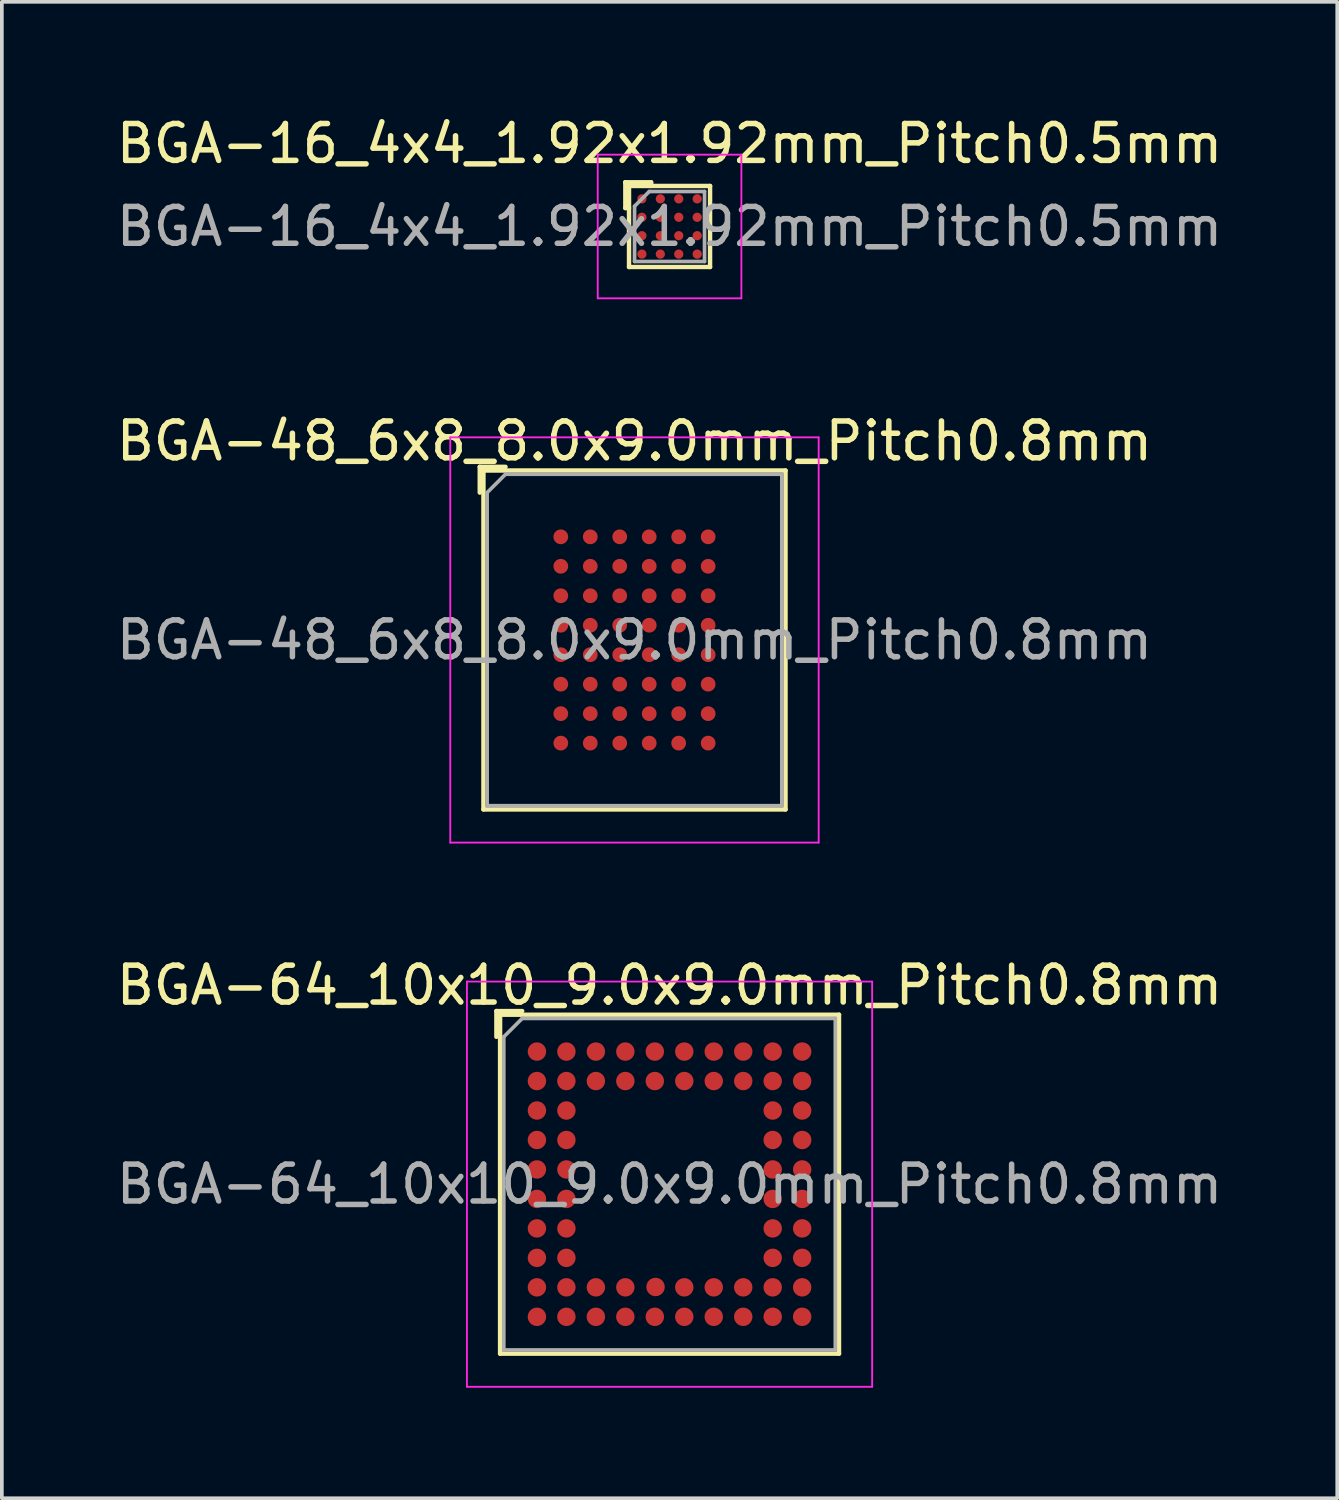
<source format=kicad_pcb>
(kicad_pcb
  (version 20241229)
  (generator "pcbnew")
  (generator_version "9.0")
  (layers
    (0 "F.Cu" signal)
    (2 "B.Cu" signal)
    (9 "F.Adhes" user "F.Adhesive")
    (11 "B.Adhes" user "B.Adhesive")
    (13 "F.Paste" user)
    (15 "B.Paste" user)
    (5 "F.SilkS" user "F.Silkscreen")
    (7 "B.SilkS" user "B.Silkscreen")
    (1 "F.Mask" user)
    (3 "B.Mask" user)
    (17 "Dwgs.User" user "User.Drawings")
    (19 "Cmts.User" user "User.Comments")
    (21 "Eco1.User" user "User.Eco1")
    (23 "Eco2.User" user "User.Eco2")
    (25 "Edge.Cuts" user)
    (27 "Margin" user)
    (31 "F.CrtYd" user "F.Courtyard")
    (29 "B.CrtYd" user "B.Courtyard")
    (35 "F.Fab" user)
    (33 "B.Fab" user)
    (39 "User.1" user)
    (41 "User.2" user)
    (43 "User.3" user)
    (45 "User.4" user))
  (footprint "BGA-16_4x4_1.92x1.92mm_Pitch0.5mm"
    (layer "F.Cu")
    (at 15.125 3.098)
    (property "Reference" "BGA-16_4x4_1.92x1.92mm_Pitch0.5mm" (at 0 -2.25 0) (layer "F.SilkS") (effects (font (size 1 1) (thickness 0.15))))
    (attr smd)
    (fp_line (start -1.2 -1.2) (end -1.2 -0.5) (stroke (width 0.12) (type solid)) (layer "F.SilkS"))
    (fp_line (start -1.2 -0.5) (end -1.1 -0.5) (stroke (width 0.12) (type solid)) (layer "F.SilkS"))
    (fp_line (start -1.1 -1.1) (end -1.2 -1.2) (stroke (width 0.12) (type solid)) (layer "F.SilkS"))
    (fp_line (start -1.1 -1.1) (end 1.1 -1.1) (stroke (width 0.12) (type solid)) (layer "F.SilkS"))
    (fp_line (start -1.1 1.1) (end -1.1 -1.1) (stroke (width 0.12) (type solid)) (layer "F.SilkS"))
    (fp_line (start -0.5 -1.2) (end -1.2 -1.2) (stroke (width 0.12) (type solid)) (layer "F.SilkS"))
    (fp_line (start -0.5 -1.1) (end -0.5 -1.2) (stroke (width 0.12) (type solid)) (layer "F.SilkS"))
    (fp_line (start 1.1 -1.1) (end 1.1 1.1) (stroke (width 0.12) (type solid)) (layer "F.SilkS"))
    (fp_line (start 1.1 1.1) (end -1.1 1.1) (stroke (width 0.12) (type solid)) (layer "F.SilkS"))
    (fp_line (start -1.95 -1.95) (end -1.95 1.95) (stroke (width 0.05) (type solid)) (layer "F.CrtYd"))
    (fp_line (start -1.95 -1.95) (end 1.95 -1.95) (stroke (width 0.05) (type solid)) (layer "F.CrtYd"))
    (fp_line (start 1.95 1.95) (end -1.95 1.95) (stroke (width 0.05) (type solid)) (layer "F.CrtYd"))
    (fp_line (start 1.95 1.95) (end 1.95 -1.95) (stroke (width 0.05) (type solid)) (layer "F.CrtYd"))
    (fp_line (start -0.95 -0.55) (end -0.55 -0.95) (stroke (width 0.1) (type solid)) (layer "F.Fab"))
    (fp_line (start -0.95 0.95) (end -0.95 -0.55) (stroke (width 0.1) (type solid)) (layer "F.Fab"))
    (fp_line (start -0.55 -0.95) (end 0.95 -0.95) (stroke (width 0.1) (type solid)) (layer "F.Fab"))
    (fp_line (start 0.95 -0.95) (end 0.95 0.95) (stroke (width 0.1) (type solid)) (layer "F.Fab"))
    (fp_line (start 0.95 0.95) (end -0.95 0.95) (stroke (width 0.1) (type solid)) (layer "F.Fab"))
    (fp_text user "${REFERENCE}" (at 0 0 0) (layer "F.Fab") (effects (font (size 1 1) (thickness 0.15))))
    (pad "A1" smd circle (at -0.75 -0.75) (size 0.25 0.25) (layers "F.Cu" "F.Mask" "F.Paste"))
    (pad "A2" smd circle (at -0.25 -0.75) (size 0.25 0.25) (layers "F.Cu" "F.Mask" "F.Paste"))
    (pad "A3" smd circle (at 0.25 -0.75) (size 0.25 0.25) (layers "F.Cu" "F.Mask" "F.Paste"))
    (pad "A4" smd circle (at 0.75 -0.75) (size 0.25 0.25) (layers "F.Cu" "F.Mask" "F.Paste"))
    (pad "B1" smd circle (at -0.75 -0.25) (size 0.25 0.25) (layers "F.Cu" "F.Mask" "F.Paste"))
    (pad "B2" smd circle (at -0.25 -0.25) (size 0.25 0.25) (layers "F.Cu" "F.Mask" "F.Paste"))
    (pad "B3" smd circle (at 0.25 -0.25) (size 0.25 0.25) (layers "F.Cu" "F.Mask" "F.Paste"))
    (pad "B4" smd circle (at 0.75 -0.25) (size 0.25 0.25) (layers "F.Cu" "F.Mask" "F.Paste"))
    (pad "C1" smd circle (at -0.75 0.25) (size 0.25 0.25) (layers "F.Cu" "F.Mask" "F.Paste"))
    (pad "C2" smd circle (at -0.25 0.25) (size 0.25 0.25) (layers "F.Cu" "F.Mask" "F.Paste"))
    (pad "C3" smd circle (at 0.25 0.25) (size 0.25 0.25) (layers "F.Cu" "F.Mask" "F.Paste"))
    (pad "C4" smd circle (at 0.75 0.25) (size 0.25 0.25) (layers "F.Cu" "F.Mask" "F.Paste"))
    (pad "D1" smd circle (at -0.75 0.75) (size 0.25 0.25) (layers "F.Cu" "F.Mask" "F.Paste"))
    (pad "D2" smd circle (at -0.25 0.75) (size 0.25 0.25) (layers "F.Cu" "F.Mask" "F.Paste"))
    (pad "D3" smd circle (at 0.25 0.75) (size 0.25 0.25) (layers "F.Cu" "F.Mask" "F.Paste"))
    (pad "D4" smd circle (at 0.75 0.75) (size 0.25 0.25) (layers "F.Cu" "F.Mask" "F.Paste")))
  (footprint "BGA-64_10x10_9.0x9.0mm_Pitch0.8mm"
    (layer "F.Cu")
    (at 15.125 29.095)
    (property "Reference" "BGA-64_10x10_9.0x9.0mm_Pitch0.8mm" (at 0 -5.4 0) (layer "F.SilkS") (effects (font (size 1 1) (thickness 0.15))))
    (attr smd)
    (fp_line (start -4.7 -4.7) (end -4 -4.7) (stroke (width 0.12) (type solid)) (layer "F.SilkS"))
    (fp_line (start -4.7 -4) (end -4.7 -4.7) (stroke (width 0.12) (type solid)) (layer "F.SilkS"))
    (fp_line (start -4.6 -4.6) (end -4.6 4.6) (stroke (width 0.12) (type solid)) (layer "F.SilkS"))
    (fp_line (start -4.6 4.6) (end 4.6 4.6) (stroke (width 0.12) (type solid)) (layer "F.SilkS"))
    (fp_line (start 4.6 -4.6) (end -4.6 -4.6) (stroke (width 0.12) (type solid)) (layer "F.SilkS"))
    (fp_line (start 4.6 4.6) (end 4.6 -4.6) (stroke (width 0.12) (type solid)) (layer "F.SilkS"))
    (fp_line (start -5.5 -5.5) (end -5.5 5.5) (stroke (width 0.05) (type solid)) (layer "F.CrtYd"))
    (fp_line (start -5.5 -5.5) (end 5.5 -5.5) (stroke (width 0.05) (type solid)) (layer "F.CrtYd"))
    (fp_line (start 5.5 5.5) (end -5.5 5.5) (stroke (width 0.05) (type solid)) (layer "F.CrtYd"))
    (fp_line (start 5.5 5.5) (end 5.5 -5.5) (stroke (width 0.05) (type solid)) (layer "F.CrtYd"))
    (fp_line (start -4.5 -4) (end -4.5 4.5) (stroke (width 0.1) (type solid)) (layer "F.Fab"))
    (fp_line (start -4.5 4.5) (end 4.5 4.5) (stroke (width 0.1) (type solid)) (layer "F.Fab"))
    (fp_line (start -4 -4.5) (end -4.5 -4) (stroke (width 0.1) (type solid)) (layer "F.Fab"))
    (fp_line (start 4.5 -4.5) (end -4 -4.5) (stroke (width 0.1) (type solid)) (layer "F.Fab"))
    (fp_line (start 4.5 4.5) (end 4.5 -4.5) (stroke (width 0.1) (type solid)) (layer "F.Fab"))
    (fp_text user "${REFERENCE}" (at 0 0 0) (layer "F.Fab") (effects (font (size 1 1) (thickness 0.15))))
    (pad "A1" smd circle (at -3.6 -3.6) (size 0.5 0.5) (layers "F.Cu" "F.Mask" "F.Paste"))
    (pad "A2" smd circle (at -2.8 -3.6) (size 0.5 0.5) (layers "F.Cu" "F.Mask" "F.Paste"))
    (pad "A3" smd circle (at -2 -3.6) (size 0.5 0.5) (layers "F.Cu" "F.Mask" "F.Paste"))
    (pad "A4" smd circle (at -1.2 -3.6) (size 0.5 0.5) (layers "F.Cu" "F.Mask" "F.Paste"))
    (pad "A5" smd circle (at -0.4 -3.6) (size 0.5 0.5) (layers "F.Cu" "F.Mask" "F.Paste"))
    (pad "A6" smd circle (at 0.4 -3.6) (size 0.5 0.5) (layers "F.Cu" "F.Mask" "F.Paste"))
    (pad "A7" smd circle (at 1.2 -3.6) (size 0.5 0.5) (layers "F.Cu" "F.Mask" "F.Paste"))
    (pad "A8" smd circle (at 2 -3.6) (size 0.5 0.5) (layers "F.Cu" "F.Mask" "F.Paste"))
    (pad "A9" smd circle (at 2.8 -3.6) (size 0.5 0.5) (layers "F.Cu" "F.Mask" "F.Paste"))
    (pad "A10" smd circle (at 3.6 -3.6) (size 0.5 0.5) (layers "F.Cu" "F.Mask" "F.Paste"))
    (pad "B1" smd circle (at -3.6 -2.8) (size 0.5 0.5) (layers "F.Cu" "F.Mask" "F.Paste"))
    (pad "B2" smd circle (at -2.8 -2.8) (size 0.5 0.5) (layers "F.Cu" "F.Mask" "F.Paste"))
    (pad "B3" smd circle (at -2 -2.8) (size 0.5 0.5) (layers "F.Cu" "F.Mask" "F.Paste"))
    (pad "B4" smd circle (at -1.2 -2.8) (size 0.5 0.5) (layers "F.Cu" "F.Mask" "F.Paste"))
    (pad "B5" smd circle (at -0.4 -2.8) (size 0.5 0.5) (layers "F.Cu" "F.Mask" "F.Paste"))
    (pad "B6" smd circle (at 0.4 -2.8) (size 0.5 0.5) (layers "F.Cu" "F.Mask" "F.Paste"))
    (pad "B7" smd circle (at 1.2 -2.8) (size 0.5 0.5) (layers "F.Cu" "F.Mask" "F.Paste"))
    (pad "B8" smd circle (at 2 -2.8) (size 0.5 0.5) (layers "F.Cu" "F.Mask" "F.Paste"))
    (pad "B9" smd circle (at 2.8 -2.8) (size 0.5 0.5) (layers "F.Cu" "F.Mask" "F.Paste"))
    (pad "B10" smd circle (at 3.6 -2.8) (size 0.5 0.5) (layers "F.Cu" "F.Mask" "F.Paste"))
    (pad "C1" smd circle (at -3.6 -2) (size 0.5 0.5) (layers "F.Cu" "F.Mask" "F.Paste"))
    (pad "C2" smd circle (at -2.8 -2) (size 0.5 0.5) (layers "F.Cu" "F.Mask" "F.Paste"))
    (pad "C9" smd circle (at 2.8 -2) (size 0.5 0.5) (layers "F.Cu" "F.Mask" "F.Paste"))
    (pad "C10" smd circle (at 3.6 -2) (size 0.5 0.5) (layers "F.Cu" "F.Mask" "F.Paste"))
    (pad "D1" smd circle (at -3.6 -1.2) (size 0.5 0.5) (layers "F.Cu" "F.Mask" "F.Paste"))
    (pad "D2" smd circle (at -2.8 -1.2) (size 0.5 0.5) (layers "F.Cu" "F.Mask" "F.Paste"))
    (pad "D9" smd circle (at 2.8 -1.2) (size 0.5 0.5) (layers "F.Cu" "F.Mask" "F.Paste"))
    (pad "D10" smd circle (at 3.6 -1.2) (size 0.5 0.5) (layers "F.Cu" "F.Mask" "F.Paste"))
    (pad "E1" smd circle (at -3.6 -0.4) (size 0.5 0.5) (layers "F.Cu" "F.Mask" "F.Paste"))
    (pad "E2" smd circle (at -2.8 -0.4) (size 0.5 0.5) (layers "F.Cu" "F.Mask" "F.Paste"))
    (pad "E9" smd circle (at 2.8 -0.4) (size 0.5 0.5) (layers "F.Cu" "F.Mask" "F.Paste"))
    (pad "E10" smd circle (at 3.6 -0.4) (size 0.5 0.5) (layers "F.Cu" "F.Mask" "F.Paste"))
    (pad "F1" smd circle (at -3.6 0.4) (size 0.5 0.5) (layers "F.Cu" "F.Mask" "F.Paste"))
    (pad "F2" smd circle (at -2.8 0.4) (size 0.5 0.5) (layers "F.Cu" "F.Mask" "F.Paste"))
    (pad "F9" smd circle (at 2.8 0.4) (size 0.5 0.5) (layers "F.Cu" "F.Mask" "F.Paste"))
    (pad "F10" smd circle (at 3.6 0.4) (size 0.5 0.5) (layers "F.Cu" "F.Mask" "F.Paste"))
    (pad "G1" smd circle (at -3.6 1.2) (size 0.5 0.5) (layers "F.Cu" "F.Mask" "F.Paste"))
    (pad "G2" smd circle (at -2.8 1.2) (size 0.5 0.5) (layers "F.Cu" "F.Mask" "F.Paste"))
    (pad "G9" smd circle (at 2.8 1.2) (size 0.5 0.5) (layers "F.Cu" "F.Mask" "F.Paste"))
    (pad "G10" smd circle (at 3.6 1.2) (size 0.5 0.5) (layers "F.Cu" "F.Mask" "F.Paste"))
    (pad "H1" smd circle (at -3.6 2) (size 0.5 0.5) (layers "F.Cu" "F.Mask" "F.Paste"))
    (pad "H2" smd circle (at -2.8 2) (size 0.5 0.5) (layers "F.Cu" "F.Mask" "F.Paste"))
    (pad "H9" smd circle (at 2.8 2) (size 0.5 0.5) (layers "F.Cu" "F.Mask" "F.Paste"))
    (pad "H10" smd circle (at 3.6 2) (size 0.5 0.5) (layers "F.Cu" "F.Mask" "F.Paste"))
    (pad "J1" smd circle (at -3.6 2.8) (size 0.5 0.5) (layers "F.Cu" "F.Mask" "F.Paste"))
    (pad "J2" smd circle (at -2.8 2.8) (size 0.5 0.5) (layers "F.Cu" "F.Mask" "F.Paste"))
    (pad "J3" smd circle (at -2 2.8) (size 0.5 0.5) (layers "F.Cu" "F.Mask" "F.Paste"))
    (pad "J4" smd circle (at -1.2 2.8) (size 0.5 0.5) (layers "F.Cu" "F.Mask" "F.Paste"))
    (pad "J5" smd circle (at -0.38 2.79) (size 0.5 0.5) (layers "F.Cu" "F.Mask" "F.Paste"))
    (pad "J6" smd circle (at 0.4 2.8) (size 0.5 0.5) (layers "F.Cu" "F.Mask" "F.Paste"))
    (pad "J7" smd circle (at 1.2 2.8) (size 0.5 0.5) (layers "F.Cu" "F.Mask" "F.Paste"))
    (pad "J8" smd circle (at 2 2.8) (size 0.5 0.5) (layers "F.Cu" "F.Mask" "F.Paste"))
    (pad "J9" smd circle (at 2.8 2.8) (size 0.5 0.5) (layers "F.Cu" "F.Mask" "F.Paste"))
    (pad "J10" smd circle (at 3.6 2.8) (size 0.5 0.5) (layers "F.Cu" "F.Mask" "F.Paste"))
    (pad "K1" smd circle (at -3.6 3.6) (size 0.5 0.5) (layers "F.Cu" "F.Mask" "F.Paste"))
    (pad "K2" smd circle (at -2.8 3.6) (size 0.5 0.5) (layers "F.Cu" "F.Mask" "F.Paste"))
    (pad "K3" smd circle (at -2 3.6) (size 0.5 0.5) (layers "F.Cu" "F.Mask" "F.Paste"))
    (pad "K4" smd circle (at -1.2 3.6) (size 0.5 0.5) (layers "F.Cu" "F.Mask" "F.Paste"))
    (pad "K5" smd circle (at -0.4 3.6) (size 0.5 0.5) (layers "F.Cu" "F.Mask" "F.Paste"))
    (pad "K6" smd circle (at 0.4 3.6) (size 0.5 0.5) (layers "F.Cu" "F.Mask" "F.Paste"))
    (pad "K7" smd circle (at 1.2 3.6) (size 0.5 0.5) (layers "F.Cu" "F.Mask" "F.Paste"))
    (pad "K8" smd circle (at 2 3.6) (size 0.5 0.5) (layers "F.Cu" "F.Mask" "F.Paste"))
    (pad "K9" smd circle (at 2.8 3.6) (size 0.5 0.5) (layers "F.Cu" "F.Mask" "F.Paste"))
    (pad "K10" smd circle (at 3.6 3.6) (size 0.5 0.5) (layers "F.Cu" "F.Mask" "F.Paste")))
  (footprint "BGA-48_6x8_8.0x9.0mm_Pitch0.8mm"
    (layer "F.Cu")
    (at 14.173 14.322)
    (property "Reference" "BGA-48_6x8_8.0x9.0mm_Pitch0.8mm" (at 0 -5.4 0) (layer "F.SilkS") (effects (font (size 1 1) (thickness 0.15))))
    (attr smd)
    (fp_line (start -4.2 -4.7) (end -3.5 -4.7) (stroke (width 0.12) (type solid)) (layer "F.SilkS"))
    (fp_line (start -4.2 -4) (end -4.2 -4.7) (stroke (width 0.12) (type solid)) (layer "F.SilkS"))
    (fp_line (start -4.1 -4.6) (end 4.1 -4.6) (stroke (width 0.12) (type solid)) (layer "F.SilkS"))
    (fp_line (start -4.1 4.6) (end -4.1 -4.6) (stroke (width 0.12) (type solid)) (layer "F.SilkS"))
    (fp_line (start 4.1 -4.6) (end 4.1 4.6) (stroke (width 0.12) (type solid)) (layer "F.SilkS"))
    (fp_line (start 4.1 4.6) (end -4.1 4.6) (stroke (width 0.12) (type solid)) (layer "F.SilkS"))
    (fp_line (start -5 -5.5) (end -5 5.5) (stroke (width 0.05) (type solid)) (layer "F.CrtYd"))
    (fp_line (start -5 -5.5) (end 5 -5.5) (stroke (width 0.05) (type solid)) (layer "F.CrtYd"))
    (fp_line (start 5 5.5) (end -5 5.5) (stroke (width 0.05) (type solid)) (layer "F.CrtYd"))
    (fp_line (start 5 5.5) (end 5 -5.5) (stroke (width 0.05) (type solid)) (layer "F.CrtYd"))
    (fp_line (start -4 -4) (end -3.5 -4.5) (stroke (width 0.1) (type solid)) (layer "F.Fab"))
    (fp_line (start -4 4.5) (end -4 -4) (stroke (width 0.1) (type solid)) (layer "F.Fab"))
    (fp_line (start -3.5 -4.5) (end 4 -4.5) (stroke (width 0.1) (type solid)) (layer "F.Fab"))
    (fp_line (start 4 -4.5) (end 4 4.5) (stroke (width 0.1) (type solid)) (layer "F.Fab"))
    (fp_line (start 4 4.5) (end -4 4.5) (stroke (width 0.1) (type solid)) (layer "F.Fab"))
    (fp_text user "${REFERENCE}" (at 0 0 0) (layer "F.Fab") (effects (font (size 1 1) (thickness 0.15))))
    (pad "A1" smd circle (at -2 -2.8) (size 0.4 0.4) (layers "F.Cu" "F.Mask" "F.Paste"))
    (pad "A2" smd circle (at -1.2 -2.8) (size 0.4 0.4) (layers "F.Cu" "F.Mask" "F.Paste"))
    (pad "A3" smd circle (at -0.4 -2.8) (size 0.4 0.4) (layers "F.Cu" "F.Mask" "F.Paste"))
    (pad "A4" smd circle (at 0.4 -2.8) (size 0.4 0.4) (layers "F.Cu" "F.Mask" "F.Paste"))
    (pad "A5" smd circle (at 1.2 -2.8) (size 0.4 0.4) (layers "F.Cu" "F.Mask" "F.Paste"))
    (pad "A6" smd circle (at 2 -2.8) (size 0.4 0.4) (layers "F.Cu" "F.Mask" "F.Paste"))
    (pad "B1" smd circle (at -2 -2) (size 0.4 0.4) (layers "F.Cu" "F.Mask" "F.Paste"))
    (pad "B2" smd circle (at -1.2 -2) (size 0.4 0.4) (layers "F.Cu" "F.Mask" "F.Paste"))
    (pad "B3" smd circle (at -0.4 -2) (size 0.4 0.4) (layers "F.Cu" "F.Mask" "F.Paste"))
    (pad "B4" smd circle (at 0.4 -2) (size 0.4 0.4) (layers "F.Cu" "F.Mask" "F.Paste"))
    (pad "B5" smd circle (at 1.2 -2) (size 0.4 0.4) (layers "F.Cu" "F.Mask" "F.Paste"))
    (pad "B6" smd circle (at 2 -2) (size 0.4 0.4) (layers "F.Cu" "F.Mask" "F.Paste"))
    (pad "C1" smd circle (at -2 -1.2) (size 0.4 0.4) (layers "F.Cu" "F.Mask" "F.Paste"))
    (pad "C2" smd circle (at -1.2 -1.2) (size 0.4 0.4) (layers "F.Cu" "F.Mask" "F.Paste"))
    (pad "C3" smd circle (at -0.4 -1.2) (size 0.4 0.4) (layers "F.Cu" "F.Mask" "F.Paste"))
    (pad "C4" smd circle (at 0.4 -1.2) (size 0.4 0.4) (layers "F.Cu" "F.Mask" "F.Paste"))
    (pad "C5" smd circle (at 1.2 -1.2) (size 0.4 0.4) (layers "F.Cu" "F.Mask" "F.Paste"))
    (pad "C6" smd circle (at 2 -1.2) (size 0.4 0.4) (layers "F.Cu" "F.Mask" "F.Paste"))
    (pad "D1" smd circle (at -2 -0.4) (size 0.4 0.4) (layers "F.Cu" "F.Mask" "F.Paste"))
    (pad "D2" smd circle (at -1.2 -0.4) (size 0.4 0.4) (layers "F.Cu" "F.Mask" "F.Paste"))
    (pad "D3" smd circle (at -0.4 -0.4) (size 0.4 0.4) (layers "F.Cu" "F.Mask" "F.Paste"))
    (pad "D4" smd circle (at 0.4 -0.4) (size 0.4 0.4) (layers "F.Cu" "F.Mask" "F.Paste"))
    (pad "D5" smd circle (at 1.2 -0.4) (size 0.4 0.4) (layers "F.Cu" "F.Mask" "F.Paste"))
    (pad "D6" smd circle (at 2 -0.4) (size 0.4 0.4) (layers "F.Cu" "F.Mask" "F.Paste"))
    (pad "E1" smd circle (at -2 0.4) (size 0.4 0.4) (layers "F.Cu" "F.Mask" "F.Paste"))
    (pad "E2" smd circle (at -1.2 0.4) (size 0.4 0.4) (layers "F.Cu" "F.Mask" "F.Paste"))
    (pad "E3" smd circle (at -0.4 0.4) (size 0.4 0.4) (layers "F.Cu" "F.Mask" "F.Paste"))
    (pad "E4" smd circle (at 0.4 0.4) (size 0.4 0.4) (layers "F.Cu" "F.Mask" "F.Paste"))
    (pad "E5" smd circle (at 1.2 0.4) (size 0.4 0.4) (layers "F.Cu" "F.Mask" "F.Paste"))
    (pad "E6" smd circle (at 2 0.4) (size 0.4 0.4) (layers "F.Cu" "F.Mask" "F.Paste"))
    (pad "F1" smd circle (at -2 1.2) (size 0.4 0.4) (layers "F.Cu" "F.Mask" "F.Paste"))
    (pad "F2" smd circle (at -1.2 1.2) (size 0.4 0.4) (layers "F.Cu" "F.Mask" "F.Paste"))
    (pad "F3" smd circle (at -0.4 1.2) (size 0.4 0.4) (layers "F.Cu" "F.Mask" "F.Paste"))
    (pad "F4" smd circle (at 0.4 1.2) (size 0.4 0.4) (layers "F.Cu" "F.Mask" "F.Paste"))
    (pad "F5" smd circle (at 1.2 1.2) (size 0.4 0.4) (layers "F.Cu" "F.Mask" "F.Paste"))
    (pad "F6" smd circle (at 2 1.2) (size 0.4 0.4) (layers "F.Cu" "F.Mask" "F.Paste"))
    (pad "G1" smd circle (at -2 2) (size 0.4 0.4) (layers "F.Cu" "F.Mask" "F.Paste"))
    (pad "G2" smd circle (at -1.2 2) (size 0.4 0.4) (layers "F.Cu" "F.Mask" "F.Paste"))
    (pad "G3" smd circle (at -0.4 2) (size 0.4 0.4) (layers "F.Cu" "F.Mask" "F.Paste"))
    (pad "G4" smd circle (at 0.4 2) (size 0.4 0.4) (layers "F.Cu" "F.Mask" "F.Paste"))
    (pad "G5" smd circle (at 1.2 2) (size 0.4 0.4) (layers "F.Cu" "F.Mask" "F.Paste"))
    (pad "G6" smd circle (at 2 2) (size 0.4 0.4) (layers "F.Cu" "F.Mask" "F.Paste"))
    (pad "H1" smd circle (at -2 2.8) (size 0.4 0.4) (layers "F.Cu" "F.Mask" "F.Paste"))
    (pad "H2" smd circle (at -1.2 2.8) (size 0.4 0.4) (layers "F.Cu" "F.Mask" "F.Paste"))
    (pad "H3" smd circle (at -0.4 2.8) (size 0.4 0.4) (layers "F.Cu" "F.Mask" "F.Paste"))
    (pad "H4" smd circle (at 0.4 2.8) (size 0.4 0.4) (layers "F.Cu" "F.Mask" "F.Paste"))
    (pad "H5" smd circle (at 1.2 2.8) (size 0.4 0.4) (layers "F.Cu" "F.Mask" "F.Paste"))
    (pad "H6" smd circle (at 2 2.8) (size 0.4 0.4) (layers "F.Cu" "F.Mask" "F.Paste")))
  (gr_rect
    (start -3 -3)
    (end 33.25 37.62)
    (stroke (width 0.1) (type default))
    (fill no)
    (layer "Edge.Cuts")))
</source>
